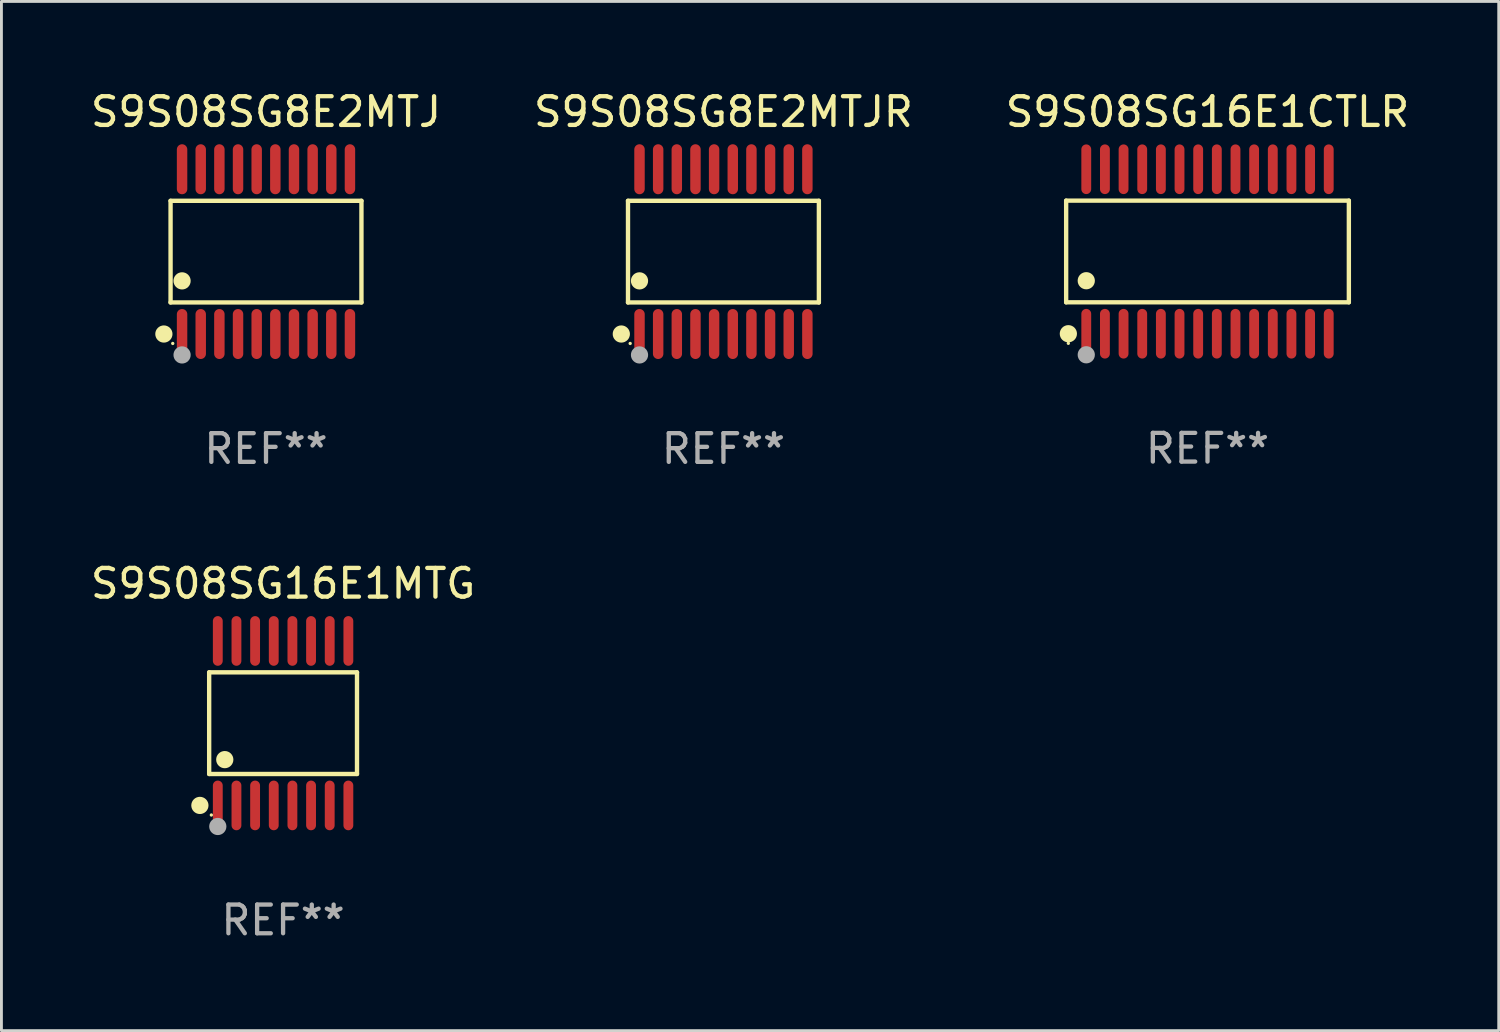
<source format=kicad_pcb>
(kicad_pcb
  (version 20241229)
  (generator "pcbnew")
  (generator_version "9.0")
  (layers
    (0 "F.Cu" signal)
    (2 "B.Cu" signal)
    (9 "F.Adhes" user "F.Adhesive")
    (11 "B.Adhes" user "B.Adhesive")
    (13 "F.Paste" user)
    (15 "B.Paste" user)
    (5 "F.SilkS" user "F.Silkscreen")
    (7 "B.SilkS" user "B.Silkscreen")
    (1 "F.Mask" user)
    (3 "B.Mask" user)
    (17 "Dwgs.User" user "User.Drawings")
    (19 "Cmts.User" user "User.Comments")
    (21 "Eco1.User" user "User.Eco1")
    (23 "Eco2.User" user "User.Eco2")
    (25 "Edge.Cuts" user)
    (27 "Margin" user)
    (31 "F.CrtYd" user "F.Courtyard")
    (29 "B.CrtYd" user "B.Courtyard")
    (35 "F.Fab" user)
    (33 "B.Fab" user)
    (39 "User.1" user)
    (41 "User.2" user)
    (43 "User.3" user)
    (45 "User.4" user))
  (footprint "S9S08SG8E2MTJR"
    (layer "F.Cu")
    (at 22.161 5.719)
    (property "Reference" "S9S08SG8E2MTJR" (at 0 -4.871 0) (layer "F.SilkS") (effects (font (size 1 1) (thickness 0.15))))
    (attr through_hole)
    (fp_line (start -3.326 -1.771) (end 3.326 -1.771) (stroke (width 0.152) (type solid)) (layer "F.SilkS"))
    (fp_line (start -3.326 1.771) (end -3.326 -1.771) (stroke (width 0.152) (type solid)) (layer "F.SilkS"))
    (fp_line (start 3.326 -1.771) (end 3.326 1.771) (stroke (width 0.152) (type solid)) (layer "F.SilkS"))
    (fp_line (start 3.326 1.771) (end -3.326 1.771) (stroke (width 0.152) (type solid)) (layer "F.SilkS"))
    (fp_circle (center -3.559 2.871) (end -3.409 2.871) (stroke (width 0.3) (type solid)) (fill no) (layer "F.SilkS"))
    (fp_circle (center -3.25 3.2) (end -3.22 3.2) (stroke (width 0.06) (type solid)) (fill no) (layer "F.SilkS"))
    (fp_circle (center -2.925 1.019) (end -2.775 1.019) (stroke (width 0.3) (type solid)) (fill no) (layer "F.SilkS"))
    (fp_circle (center -2.925 3.6) (end -2.775 3.6) (stroke (width 0.3) (type solid)) (fill no) (layer "F.Fab"))
    (fp_text user "REF**" (at 0 6.871 0) (layer "F.Fab") (effects (font (size 1 1) (thickness 0.15))))
    (pad "1" smd oval (at -2.925 2.871) (size 0.364 1.742) (layers "F.Cu" "F.Mask" "F.Paste"))
    (pad "2" smd oval (at -2.275 2.871) (size 0.364 1.742) (layers "F.Cu" "F.Mask" "F.Paste"))
    (pad "3" smd oval (at -1.625 2.871) (size 0.364 1.742) (layers "F.Cu" "F.Mask" "F.Paste"))
    (pad "4" smd oval (at -0.975 2.871) (size 0.364 1.742) (layers "F.Cu" "F.Mask" "F.Paste"))
    (pad "5" smd oval (at -0.325 2.871) (size 0.364 1.742) (layers "F.Cu" "F.Mask" "F.Paste"))
    (pad "6" smd oval (at 0.325 2.871) (size 0.364 1.742) (layers "F.Cu" "F.Mask" "F.Paste"))
    (pad "7" smd oval (at 0.975 2.871) (size 0.364 1.742) (layers "F.Cu" "F.Mask" "F.Paste"))
    (pad "8" smd oval (at 1.625 2.871) (size 0.364 1.742) (layers "F.Cu" "F.Mask" "F.Paste"))
    (pad "9" smd oval (at 2.275 2.871) (size 0.364 1.742) (layers "F.Cu" "F.Mask" "F.Paste"))
    (pad "10" smd oval (at 2.925 2.871) (size 0.364 1.742) (layers "F.Cu" "F.Mask" "F.Paste"))
    (pad "11" smd oval (at 2.925 -2.871) (size 0.364 1.742) (layers "F.Cu" "F.Mask" "F.Paste"))
    (pad "12" smd oval (at 2.275 -2.871) (size 0.364 1.742) (layers "F.Cu" "F.Mask" "F.Paste"))
    (pad "13" smd oval (at 1.625 -2.871) (size 0.364 1.742) (layers "F.Cu" "F.Mask" "F.Paste"))
    (pad "14" smd oval (at 0.975 -2.871) (size 0.364 1.742) (layers "F.Cu" "F.Mask" "F.Paste"))
    (pad "15" smd oval (at 0.325 -2.871) (size 0.364 1.742) (layers "F.Cu" "F.Mask" "F.Paste"))
    (pad "16" smd oval (at -0.325 -2.871) (size 0.364 1.742) (layers "F.Cu" "F.Mask" "F.Paste"))
    (pad "17" smd oval (at -0.975 -2.871) (size 0.364 1.742) (layers "F.Cu" "F.Mask" "F.Paste"))
    (pad "18" smd oval (at -1.625 -2.871) (size 0.364 1.742) (layers "F.Cu" "F.Mask" "F.Paste"))
    (pad "19" smd oval (at -2.275 -2.871) (size 0.364 1.742) (layers "F.Cu" "F.Mask" "F.Paste"))
    (pad "20" smd oval (at -2.925 -2.871) (size 0.364 1.742) (layers "F.Cu" "F.Mask" "F.Paste")))
  (footprint "S9S08SG16E1CTLR"
    (layer "F.Cu")
    (at 39.03 5.714)
    (property "Reference" "S9S08SG16E1CTLR" (at 0 -4.866 0) (layer "F.SilkS") (effects (font (size 1 1) (thickness 0.15))))
    (attr through_hole)
    (fp_line (start -4.926 -1.772) (end 4.926 -1.772) (stroke (width 0.152) (type solid)) (layer "F.SilkS"))
    (fp_line (start -4.926 1.771) (end -4.926 -1.772) (stroke (width 0.152) (type solid)) (layer "F.SilkS"))
    (fp_line (start 4.926 -1.772) (end 4.926 1.771) (stroke (width 0.152) (type solid)) (layer "F.SilkS"))
    (fp_line (start 4.926 1.771) (end -4.926 1.771) (stroke (width 0.152) (type solid)) (layer "F.SilkS"))
    (fp_circle (center -4.85 3.2) (end -4.82 3.2) (stroke (width 0.06) (type solid)) (fill no) (layer "F.SilkS"))
    (fp_circle (center -4.849 2.866) (end -4.699 2.866) (stroke (width 0.3) (type solid)) (fill no) (layer "F.SilkS"))
    (fp_circle (center -4.225 1.019) (end -4.075 1.019) (stroke (width 0.3) (type solid)) (fill no) (layer "F.SilkS"))
    (fp_circle (center -4.225 3.6) (end -4.075 3.6) (stroke (width 0.3) (type solid)) (fill no) (layer "F.Fab"))
    (fp_text user "REF**" (at 0 6.866 0) (layer "F.Fab") (effects (font (size 1 1) (thickness 0.15))))
    (pad "1" smd oval (at -4.225 2.866) (size 0.343 1.731) (layers "F.Cu" "F.Mask" "F.Paste"))
    (pad "2" smd oval (at -3.575 2.866) (size 0.343 1.731) (layers "F.Cu" "F.Mask" "F.Paste"))
    (pad "3" smd oval (at -2.925 2.866) (size 0.343 1.731) (layers "F.Cu" "F.Mask" "F.Paste"))
    (pad "4" smd oval (at -2.275 2.866) (size 0.343 1.731) (layers "F.Cu" "F.Mask" "F.Paste"))
    (pad "5" smd oval (at -1.625 2.866) (size 0.343 1.731) (layers "F.Cu" "F.Mask" "F.Paste"))
    (pad "6" smd oval (at -0.975 2.866) (size 0.343 1.731) (layers "F.Cu" "F.Mask" "F.Paste"))
    (pad "7" smd oval (at -0.325 2.866) (size 0.343 1.731) (layers "F.Cu" "F.Mask" "F.Paste"))
    (pad "8" smd oval (at 0.325 2.866) (size 0.343 1.731) (layers "F.Cu" "F.Mask" "F.Paste"))
    (pad "9" smd oval (at 0.975 2.866) (size 0.343 1.731) (layers "F.Cu" "F.Mask" "F.Paste"))
    (pad "10" smd oval (at 1.625 2.866) (size 0.343 1.731) (layers "F.Cu" "F.Mask" "F.Paste"))
    (pad "11" smd oval (at 2.275 2.866) (size 0.343 1.731) (layers "F.Cu" "F.Mask" "F.Paste"))
    (pad "12" smd oval (at 2.925 2.866) (size 0.343 1.731) (layers "F.Cu" "F.Mask" "F.Paste"))
    (pad "13" smd oval (at 3.575 2.866) (size 0.343 1.731) (layers "F.Cu" "F.Mask" "F.Paste"))
    (pad "14" smd oval (at 4.225 2.866) (size 0.343 1.731) (layers "F.Cu" "F.Mask" "F.Paste"))
    (pad "15" smd oval (at 4.225 -2.866) (size 0.343 1.731) (layers "F.Cu" "F.Mask" "F.Paste"))
    (pad "16" smd oval (at 3.575 -2.866) (size 0.343 1.731) (layers "F.Cu" "F.Mask" "F.Paste"))
    (pad "17" smd oval (at 2.925 -2.866) (size 0.343 1.731) (layers "F.Cu" "F.Mask" "F.Paste"))
    (pad "18" smd oval (at 2.275 -2.866) (size 0.343 1.731) (layers "F.Cu" "F.Mask" "F.Paste"))
    (pad "19" smd oval (at 1.625 -2.866) (size 0.343 1.731) (layers "F.Cu" "F.Mask" "F.Paste"))
    (pad "20" smd oval (at 0.975 -2.866) (size 0.343 1.731) (layers "F.Cu" "F.Mask" "F.Paste"))
    (pad "21" smd oval (at 0.325 -2.866) (size 0.343 1.731) (layers "F.Cu" "F.Mask" "F.Paste"))
    (pad "22" smd oval (at -0.325 -2.866) (size 0.343 1.731) (layers "F.Cu" "F.Mask" "F.Paste"))
    (pad "23" smd oval (at -0.975 -2.866) (size 0.343 1.731) (layers "F.Cu" "F.Mask" "F.Paste"))
    (pad "24" smd oval (at -1.625 -2.866) (size 0.343 1.731) (layers "F.Cu" "F.Mask" "F.Paste"))
    (pad "25" smd oval (at -2.275 -2.866) (size 0.343 1.731) (layers "F.Cu" "F.Mask" "F.Paste"))
    (pad "26" smd oval (at -2.925 -2.866) (size 0.343 1.731) (layers "F.Cu" "F.Mask" "F.Paste"))
    (pad "27" smd oval (at -3.575 -2.866) (size 0.343 1.731) (layers "F.Cu" "F.Mask" "F.Paste"))
    (pad "28" smd oval (at -4.225 -2.866) (size 0.343 1.731) (layers "F.Cu" "F.Mask" "F.Paste")))
  (footprint "S9S08SG16E1MTG"
    (layer "F.Cu")
    (at 6.815 22.152)
    (property "Reference" "S9S08SG16E1MTG" (at 0 -4.866 0) (layer "F.SilkS") (effects (font (size 1 1) (thickness 0.15))))
    (attr through_hole)
    (fp_line (start -2.576 -1.772) (end 2.576 -1.772) (stroke (width 0.152) (type solid)) (layer "F.SilkS"))
    (fp_line (start -2.576 1.771) (end -2.576 -1.772) (stroke (width 0.152) (type solid)) (layer "F.SilkS"))
    (fp_line (start 2.576 -1.772) (end 2.576 1.771) (stroke (width 0.152) (type solid)) (layer "F.SilkS"))
    (fp_line (start 2.576 1.771) (end -2.576 1.771) (stroke (width 0.152) (type solid)) (layer "F.SilkS"))
    (fp_circle (center -2.899 2.866) (end -2.749 2.866) (stroke (width 0.3) (type solid)) (fill no) (layer "F.SilkS"))
    (fp_circle (center -2.5 3.2) (end -2.47 3.2) (stroke (width 0.06) (type solid)) (fill no) (layer "F.SilkS"))
    (fp_circle (center -2.032 1.27) (end -1.882 1.27) (stroke (width 0.3) (type solid)) (fill no) (layer "F.SilkS"))
    (fp_circle (center -2.275 3.6) (end -2.125 3.6) (stroke (width 0.3) (type solid)) (fill no) (layer "F.Fab"))
    (fp_text user "REF**" (at 0 6.866 0) (layer "F.Fab") (effects (font (size 1 1) (thickness 0.15))))
    (pad "1" smd oval (at -2.275 2.866) (size 0.343 1.731) (layers "F.Cu" "F.Mask" "F.Paste"))
    (pad "2" smd oval (at -1.625 2.866) (size 0.343 1.731) (layers "F.Cu" "F.Mask" "F.Paste"))
    (pad "3" smd oval (at -0.975 2.866) (size 0.343 1.731) (layers "F.Cu" "F.Mask" "F.Paste"))
    (pad "4" smd oval (at -0.325 2.866) (size 0.343 1.731) (layers "F.Cu" "F.Mask" "F.Paste"))
    (pad "5" smd oval (at 0.325 2.866) (size 0.343 1.731) (layers "F.Cu" "F.Mask" "F.Paste"))
    (pad "6" smd oval (at 0.975 2.866) (size 0.343 1.731) (layers "F.Cu" "F.Mask" "F.Paste"))
    (pad "7" smd oval (at 1.625 2.866) (size 0.343 1.731) (layers "F.Cu" "F.Mask" "F.Paste"))
    (pad "8" smd oval (at 2.275 2.866) (size 0.343 1.731) (layers "F.Cu" "F.Mask" "F.Paste"))
    (pad "9" smd oval (at 2.275 -2.866) (size 0.343 1.731) (layers "F.Cu" "F.Mask" "F.Paste"))
    (pad "10" smd oval (at 1.625 -2.866) (size 0.343 1.731) (layers "F.Cu" "F.Mask" "F.Paste"))
    (pad "11" smd oval (at 0.975 -2.866) (size 0.343 1.731) (layers "F.Cu" "F.Mask" "F.Paste"))
    (pad "12" smd oval (at 0.325 -2.866) (size 0.343 1.731) (layers "F.Cu" "F.Mask" "F.Paste"))
    (pad "13" smd oval (at -0.325 -2.866) (size 0.343 1.731) (layers "F.Cu" "F.Mask" "F.Paste"))
    (pad "14" smd oval (at -0.975 -2.866) (size 0.343 1.731) (layers "F.Cu" "F.Mask" "F.Paste"))
    (pad "15" smd oval (at -1.625 -2.866) (size 0.343 1.731) (layers "F.Cu" "F.Mask" "F.Paste"))
    (pad "16" smd oval (at -2.275 -2.866) (size 0.343 1.731) (layers "F.Cu" "F.Mask" "F.Paste")))
  (footprint "S9S08SG8E2MTJ"
    (layer "F.Cu")
    (at 6.22 5.719)
    (property "Reference" "S9S08SG8E2MTJ" (at 0 -4.871 0) (layer "F.SilkS") (effects (font (size 1 1) (thickness 0.15))))
    (attr through_hole)
    (fp_line (start -3.326 -1.771) (end 3.326 -1.771) (stroke (width 0.152) (type solid)) (layer "F.SilkS"))
    (fp_line (start -3.326 1.771) (end -3.326 -1.771) (stroke (width 0.152) (type solid)) (layer "F.SilkS"))
    (fp_line (start 3.326 -1.771) (end 3.326 1.771) (stroke (width 0.152) (type solid)) (layer "F.SilkS"))
    (fp_line (start 3.326 1.771) (end -3.326 1.771) (stroke (width 0.152) (type solid)) (layer "F.SilkS"))
    (fp_circle (center -3.559 2.871) (end -3.409 2.871) (stroke (width 0.3) (type solid)) (fill no) (layer "F.SilkS"))
    (fp_circle (center -3.25 3.2) (end -3.22 3.2) (stroke (width 0.06) (type solid)) (fill no) (layer "F.SilkS"))
    (fp_circle (center -2.925 1.019) (end -2.775 1.019) (stroke (width 0.3) (type solid)) (fill no) (layer "F.SilkS"))
    (fp_circle (center -2.925 3.6) (end -2.775 3.6) (stroke (width 0.3) (type solid)) (fill no) (layer "F.Fab"))
    (fp_text user "REF**" (at 0 6.871 0) (layer "F.Fab") (effects (font (size 1 1) (thickness 0.15))))
    (pad "1" smd oval (at -2.925 2.871) (size 0.364 1.742) (layers "F.Cu" "F.Mask" "F.Paste"))
    (pad "2" smd oval (at -2.275 2.871) (size 0.364 1.742) (layers "F.Cu" "F.Mask" "F.Paste"))
    (pad "3" smd oval (at -1.625 2.871) (size 0.364 1.742) (layers "F.Cu" "F.Mask" "F.Paste"))
    (pad "4" smd oval (at -0.975 2.871) (size 0.364 1.742) (layers "F.Cu" "F.Mask" "F.Paste"))
    (pad "5" smd oval (at -0.325 2.871) (size 0.364 1.742) (layers "F.Cu" "F.Mask" "F.Paste"))
    (pad "6" smd oval (at 0.325 2.871) (size 0.364 1.742) (layers "F.Cu" "F.Mask" "F.Paste"))
    (pad "7" smd oval (at 0.975 2.871) (size 0.364 1.742) (layers "F.Cu" "F.Mask" "F.Paste"))
    (pad "8" smd oval (at 1.625 2.871) (size 0.364 1.742) (layers "F.Cu" "F.Mask" "F.Paste"))
    (pad "9" smd oval (at 2.275 2.871) (size 0.364 1.742) (layers "F.Cu" "F.Mask" "F.Paste"))
    (pad "10" smd oval (at 2.925 2.871) (size 0.364 1.742) (layers "F.Cu" "F.Mask" "F.Paste"))
    (pad "11" smd oval (at 2.925 -2.871) (size 0.364 1.742) (layers "F.Cu" "F.Mask" "F.Paste"))
    (pad "12" smd oval (at 2.275 -2.871) (size 0.364 1.742) (layers "F.Cu" "F.Mask" "F.Paste"))
    (pad "13" smd oval (at 1.625 -2.871) (size 0.364 1.742) (layers "F.Cu" "F.Mask" "F.Paste"))
    (pad "14" smd oval (at 0.975 -2.871) (size 0.364 1.742) (layers "F.Cu" "F.Mask" "F.Paste"))
    (pad "15" smd oval (at 0.325 -2.871) (size 0.364 1.742) (layers "F.Cu" "F.Mask" "F.Paste"))
    (pad "16" smd oval (at -0.325 -2.871) (size 0.364 1.742) (layers "F.Cu" "F.Mask" "F.Paste"))
    (pad "17" smd oval (at -0.975 -2.871) (size 0.364 1.742) (layers "F.Cu" "F.Mask" "F.Paste"))
    (pad "18" smd oval (at -1.625 -2.871) (size 0.364 1.742) (layers "F.Cu" "F.Mask" "F.Paste"))
    (pad "19" smd oval (at -2.275 -2.871) (size 0.364 1.742) (layers "F.Cu" "F.Mask" "F.Paste"))
    (pad "20" smd oval (at -2.925 -2.871) (size 0.364 1.742) (layers "F.Cu" "F.Mask" "F.Paste")))
  (gr_rect
    (start -3 -3)
    (end 49.179 32.866)
    (stroke (width 0.1) (type default))
    (fill no)
    (layer "Edge.Cuts")))
</source>
